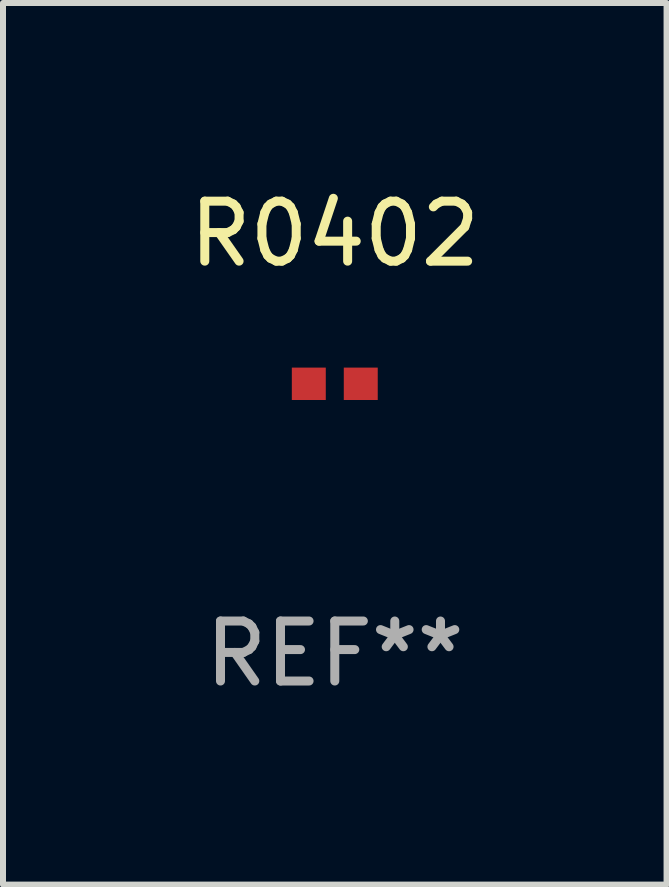
<source format=kicad_pcb>
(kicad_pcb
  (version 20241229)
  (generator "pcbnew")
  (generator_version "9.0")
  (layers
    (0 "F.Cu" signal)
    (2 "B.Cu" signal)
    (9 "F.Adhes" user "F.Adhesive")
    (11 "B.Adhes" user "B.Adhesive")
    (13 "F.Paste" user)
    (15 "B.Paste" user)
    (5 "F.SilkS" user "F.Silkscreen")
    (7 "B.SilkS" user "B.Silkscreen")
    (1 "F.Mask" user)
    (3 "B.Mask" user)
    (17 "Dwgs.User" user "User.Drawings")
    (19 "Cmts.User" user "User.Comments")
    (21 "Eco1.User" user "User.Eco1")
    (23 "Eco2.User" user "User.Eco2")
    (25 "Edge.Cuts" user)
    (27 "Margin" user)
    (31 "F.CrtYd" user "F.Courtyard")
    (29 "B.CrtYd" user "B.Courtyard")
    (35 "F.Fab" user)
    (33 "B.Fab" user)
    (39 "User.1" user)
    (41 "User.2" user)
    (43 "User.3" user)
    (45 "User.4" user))
  (footprint "R0402"
    (layer "F.Cu")
    (at 2.53 3.347)
    (property "Reference" "R0402" (at 0 -2.499 0) (layer "F.SilkS") (effects (font (size 1 1) (thickness 0.15))))
    (attr through_hole)
    (fp_text user "REF**" (at 0 4.499 0) (layer "F.Fab") (effects (font (size 1 1) (thickness 0.15))))
    (pad "1" smd rect (at -0.433 0) (size 0.566 0.54) (layers "F.Cu" "F.Mask" "F.Paste"))
    (pad "2" smd rect (at 0.433 0) (size 0.566 0.54) (layers "F.Cu" "F.Mask" "F.Paste")))
  (gr_rect
    (start -3 -3)
    (end 8.06 11.694)
    (stroke (width 0.1) (type default))
    (fill no)
    (layer "Edge.Cuts")))
</source>
